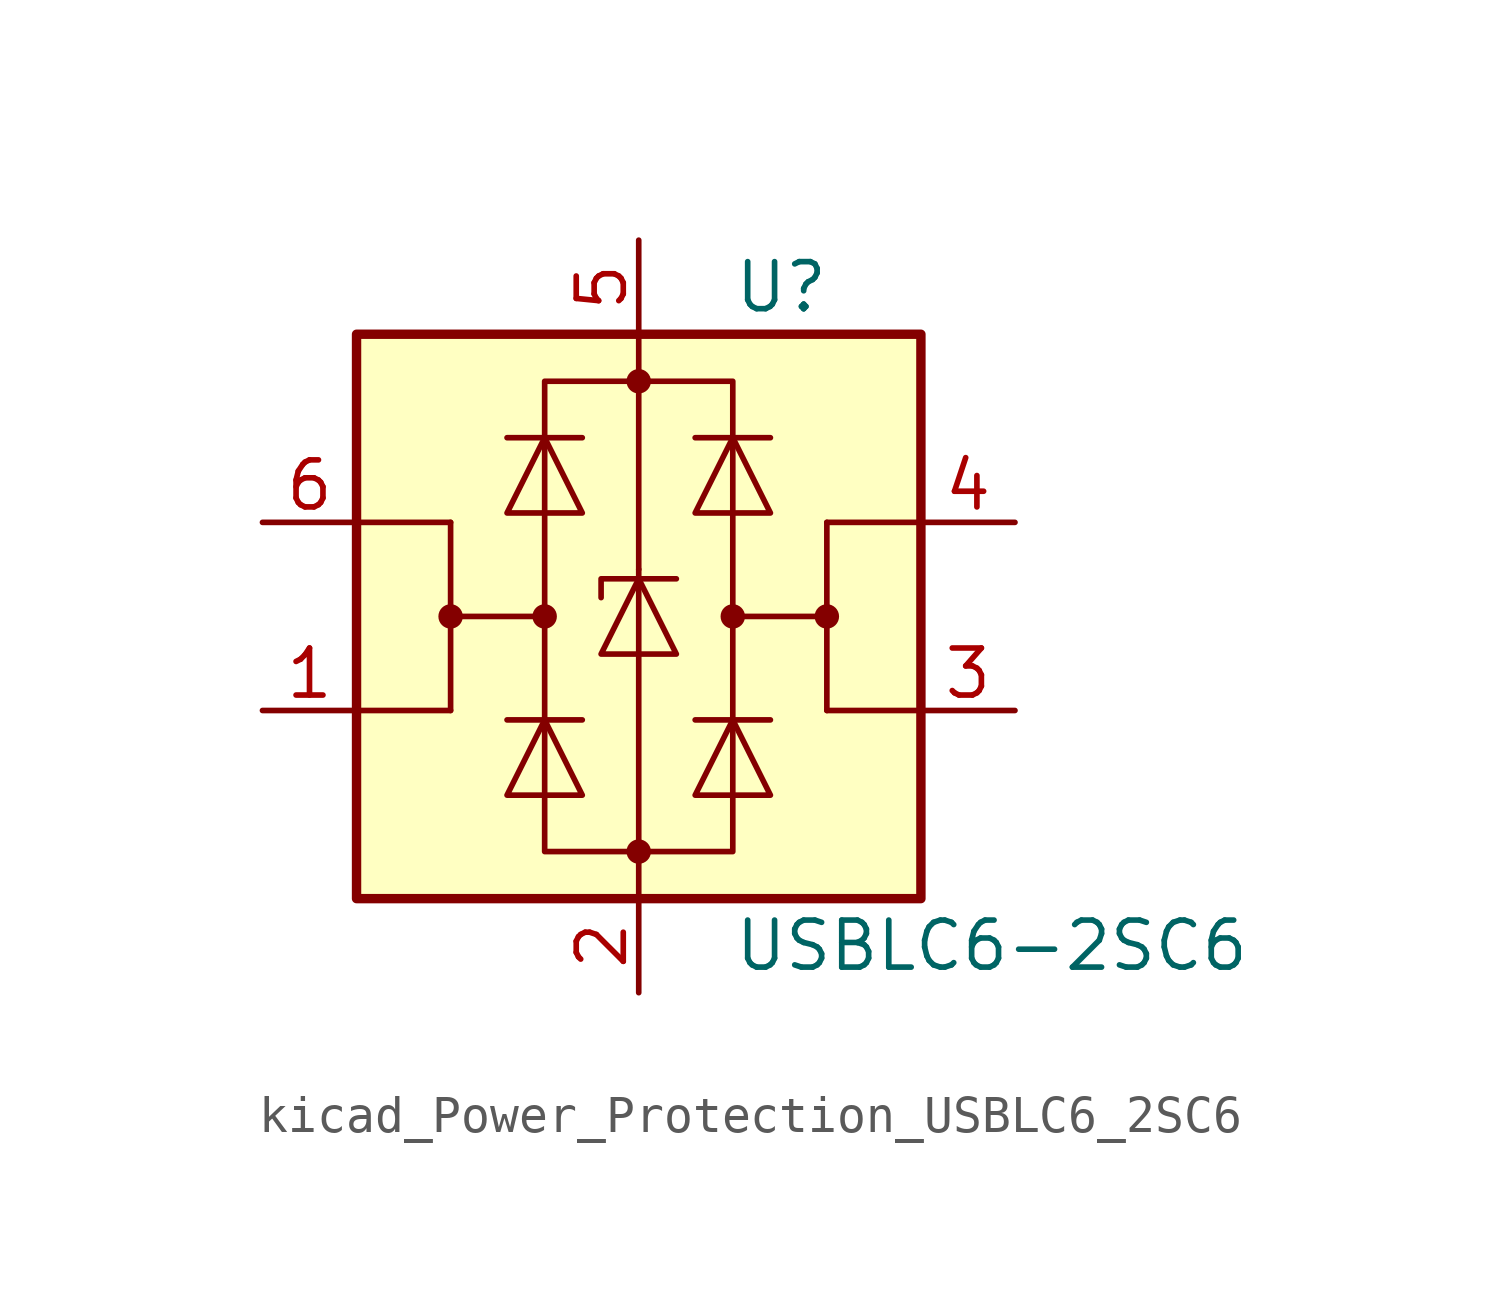
<source format=kicad_sym>
(kicad_symbol_lib
  (version 20220914)
  (generator kicad_symbol_editor)
  (symbol "kicad_Power_Protection_USBLC6_2SC6"
    (pin_names hide)
    (property "Reference" "U"
      (at 2.54 8.89 0)
      (effects (font (size 1.27 1.27)) (justify left)))
    (property "Value" "USBLC6-2SC6"
      (at 2.54 -8.89 0)
      (effects (font (size 1.27 1.27)) (justify left)))
    (symbol "kicad_Power_Protection_USBLC6_2SC6_0_1"
      (rectangle (start -7.62 -7.62) (end 7.62 7.62) (stroke (width 0.254) (type default)) (fill (type background)))
      (circle (center -5.08 0) (radius 0.254) (stroke (width 0) (type default)) (fill (type outline)))
      (circle (center -2.54 0) (radius 0.254) (stroke (width 0) (type default)) (fill (type outline)))
      (rectangle (start -2.54 6.35) (end 2.54 -6.35) (stroke (width 0) (type default)) (fill (type none)))
      (circle (center 0 -6.35) (radius 0.254) (stroke (width 0) (type default)) (fill (type outline)))
      (polyline (pts (xy -5.08 -2.54) (xy -7.62 -2.54)) (stroke (width 0) (type default)) (fill (type none)))
      (polyline (pts (xy -5.08 0) (xy -5.08 -2.54)) (stroke (width 0) (type default)) (fill (type none)))
      (polyline (pts (xy -5.08 2.54) (xy -7.62 2.54)) (stroke (width 0) (type default)) (fill (type none)))
      (polyline (pts (xy -1.524 -2.794) (xy -3.556 -2.794)) (stroke (width 0) (type default)) (fill (type none)))
      (polyline (pts (xy -1.524 4.826) (xy -3.556 4.826)) (stroke (width 0) (type default)) (fill (type none)))
      (polyline (pts (xy 0 -7.62) (xy 0 -6.35)) (stroke (width 0) (type default)) (fill (type none)))
      (polyline (pts (xy 0 -6.35) (xy 0 1.27)) (stroke (width 0) (type default)) (fill (type none)))
      (polyline (pts (xy 0 1.27) (xy 0 6.35)) (stroke (width 0) (type default)) (fill (type none)))
      (polyline (pts (xy 0 6.35) (xy 0 7.62)) (stroke (width 0) (type default)) (fill (type none)))
      (polyline (pts (xy 1.524 -2.794) (xy 3.556 -2.794)) (stroke (width 0) (type default)) (fill (type none)))
      (polyline (pts (xy 1.524 4.826) (xy 3.556 4.826)) (stroke (width 0) (type default)) (fill (type none)))
      (polyline (pts (xy 5.08 -2.54) (xy 7.62 -2.54)) (stroke (width 0) (type default)) (fill (type none)))
      (polyline (pts (xy 5.08 0) (xy 5.08 -2.54)) (stroke (width 0) (type default)) (fill (type none)))
      (polyline (pts (xy 5.08 2.54) (xy 7.62 2.54)) (stroke (width 0) (type default)) (fill (type none)))
      (polyline (pts (xy -2.54 0) (xy -5.08 0) (xy -5.08 2.54)) (stroke (width 0) (type default)) (fill (type none)))
      (polyline (pts (xy 2.54 0) (xy 5.08 0) (xy 5.08 2.54)) (stroke (width 0) (type default)) (fill (type none)))
      (polyline (pts (xy -3.556 -4.826) (xy -1.524 -4.826) (xy -2.54 -2.794) (xy -3.556 -4.826)) (stroke (width 0) (type default)) (fill (type none)))
      (polyline (pts (xy -3.556 2.794) (xy -1.524 2.794) (xy -2.54 4.826) (xy -3.556 2.794)) (stroke (width 0) (type default)) (fill (type none)))
      (polyline (pts (xy -1.016 -1.016) (xy 1.016 -1.016) (xy 0 1.016) (xy -1.016 -1.016)) (stroke (width 0) (type default)) (fill (type none)))
      (polyline (pts (xy 1.016 1.016) (xy 0.762 1.016) (xy -1.016 1.016) (xy -1.016 0.508)) (stroke (width 0) (type default)) (fill (type none)))
      (polyline (pts (xy 3.556 -4.826) (xy 1.524 -4.826) (xy 2.54 -2.794) (xy 3.556 -4.826)) (stroke (width 0) (type default)) (fill (type none)))
      (polyline (pts (xy 3.556 2.794) (xy 1.524 2.794) (xy 2.54 4.826) (xy 3.556 2.794)) (stroke (width 0) (type default)) (fill (type none)))
      (circle (center 0 6.35) (radius 0.254) (stroke (width 0) (type default)) (fill (type outline)))
      (circle (center 2.54 0) (radius 0.254) (stroke (width 0) (type default)) (fill (type outline)))
      (circle (center 5.08 0) (radius 0.254) (stroke (width 0) (type default)) (fill (type outline))))
    (symbol "kicad_Power_Protection_USBLC6_2SC6_1_1"
      (pin passive line (at -10.16 -2.54 0) (length 2.54) (name "I/O1" (effects (font (size 1.27 1.27)))) (number "1" (effects (font (size 1.27 1.27)))))
      (pin passive line (at 0 -10.16 90) (length 2.54) (name "GND" (effects (font (size 1.27 1.27)))) (number "2" (effects (font (size 1.27 1.27)))))
      (pin passive line (at 10.16 -2.54 180) (length 2.54) (name "I/O2" (effects (font (size 1.27 1.27)))) (number "3" (effects (font (size 1.27 1.27)))))
      (pin passive line (at 10.16 2.54 180) (length 2.54) (name "I/O2" (effects (font (size 1.27 1.27)))) (number "4" (effects (font (size 1.27 1.27)))))
      (pin passive line (at 0 10.16 270) (length 2.54) (name "VBUS" (effects (font (size 1.27 1.27)))) (number "5" (effects (font (size 1.27 1.27)))))
      (pin passive line (at -10.16 2.54 0) (length 2.54) (name "I/O1" (effects (font (size 1.27 1.27)))) (number "6" (effects (font (size 1.27 1.27))))))))
</source>
